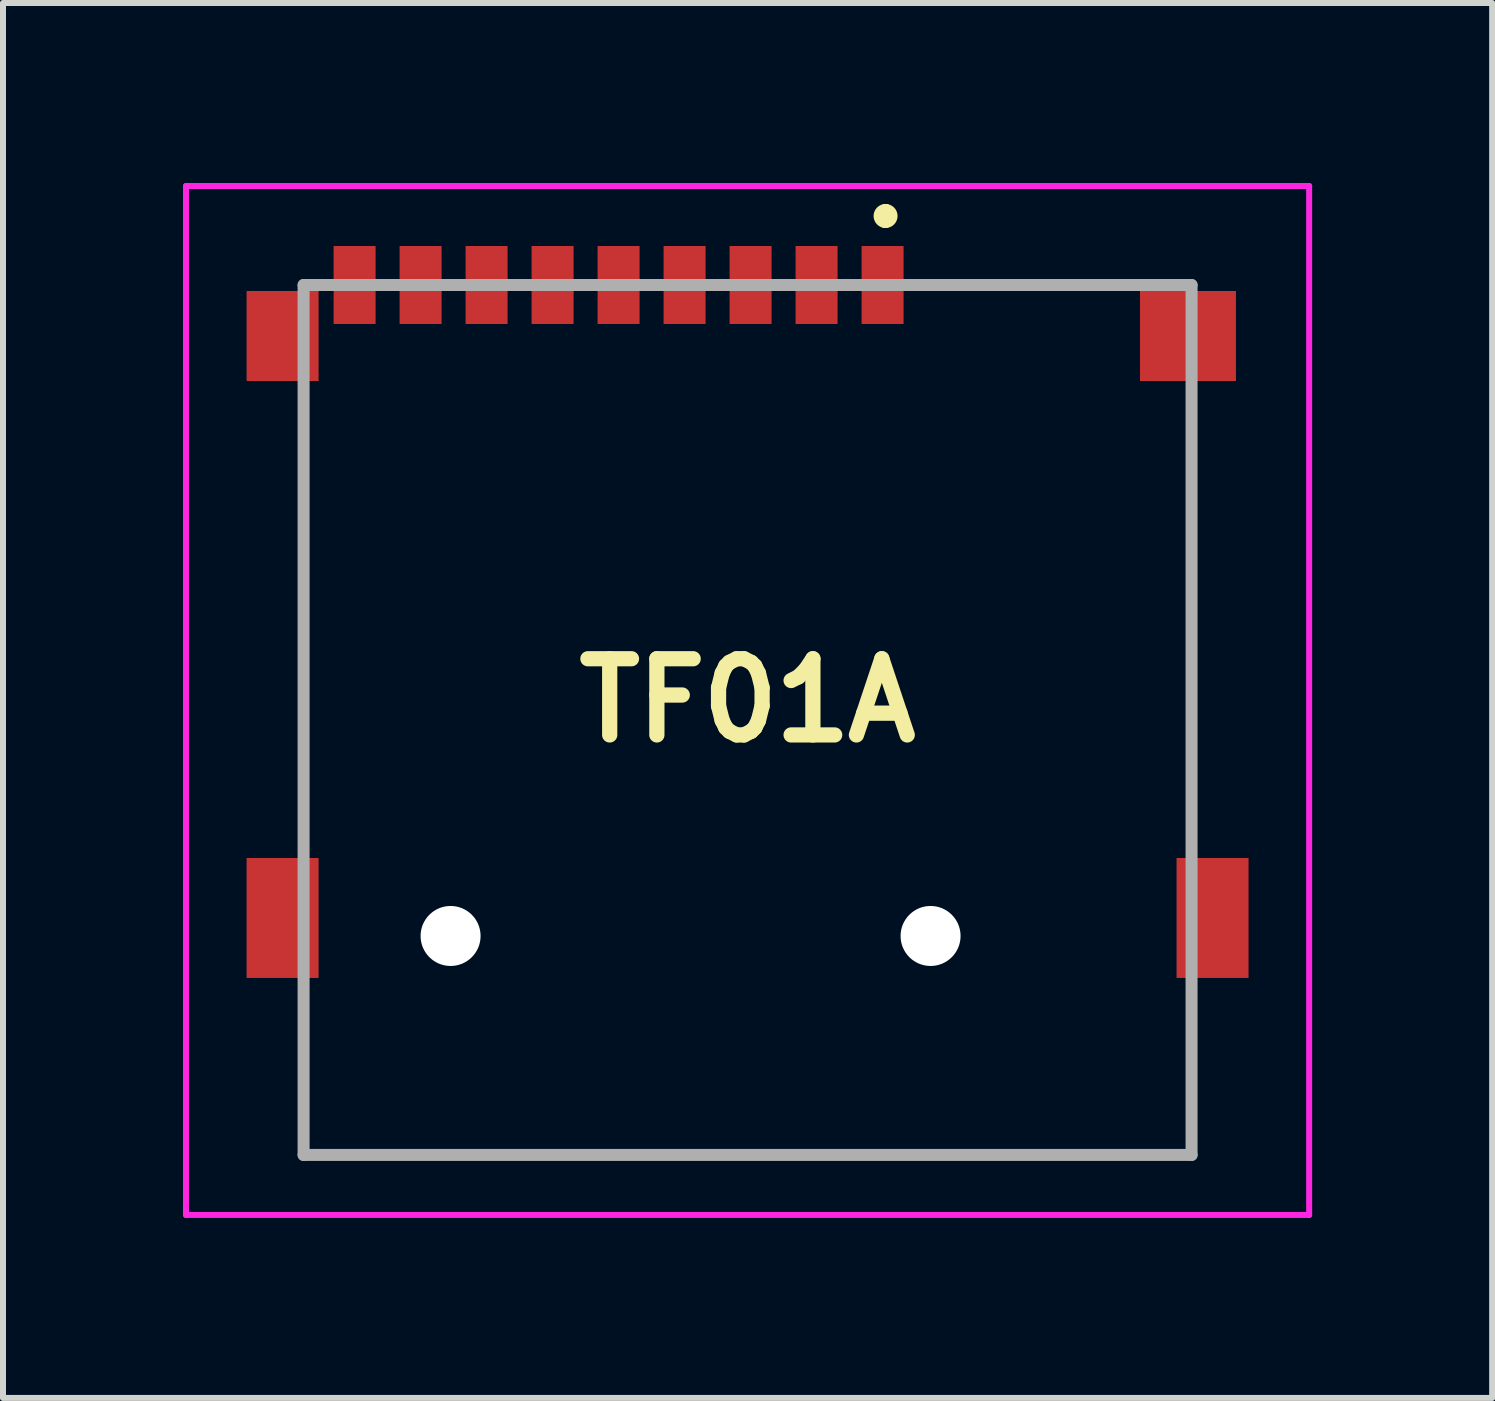
<source format=kicad_pcb>
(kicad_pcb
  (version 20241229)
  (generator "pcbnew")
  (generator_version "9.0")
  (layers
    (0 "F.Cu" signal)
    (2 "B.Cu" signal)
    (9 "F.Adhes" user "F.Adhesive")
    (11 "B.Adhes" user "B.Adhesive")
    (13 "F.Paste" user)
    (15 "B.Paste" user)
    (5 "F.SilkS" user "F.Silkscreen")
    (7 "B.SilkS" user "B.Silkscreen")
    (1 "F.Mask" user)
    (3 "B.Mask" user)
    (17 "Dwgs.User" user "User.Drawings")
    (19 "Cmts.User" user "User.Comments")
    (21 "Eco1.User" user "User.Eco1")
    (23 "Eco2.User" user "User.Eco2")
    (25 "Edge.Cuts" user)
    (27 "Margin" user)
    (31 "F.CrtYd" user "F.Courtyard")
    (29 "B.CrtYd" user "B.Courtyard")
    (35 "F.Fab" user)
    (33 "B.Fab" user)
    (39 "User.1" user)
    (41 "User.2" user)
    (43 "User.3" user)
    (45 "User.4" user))
  (footprint "TF01A"
    (layer "F.Cu")
    (at 9.41 8.95)
    (property "Reference" "TF01A" (at 0 -0.325 0) (layer "F.SilkS") (effects (font (size 1.27 1.27) (thickness 0.254))))
    (attr smd)
    (fp_line (start -7.4 -5) (end -7.4 1.5) (stroke (width 0.1) (type solid)) (layer "F.SilkS"))
    (fp_line (start -7.4 5) (end -7.4 7.25) (stroke (width 0.1) (type solid)) (layer "F.SilkS"))
    (fp_line (start -7.4 7.25) (end 7.4 7.25) (stroke (width 0.1) (type solid)) (layer "F.SilkS"))
    (fp_line (start 2.29 -8.3) (end 2.29 -8.3) (stroke (width 0.2) (type solid)) (layer "F.SilkS"))
    (fp_line (start 2.3 -8.5) (end 2.3 -8.5) (stroke (width 0.2) (type solid)) (layer "F.SilkS"))
    (fp_line (start 3.5 -7.25) (end 6.5 -7.25) (stroke (width 0.1) (type solid)) (layer "F.SilkS"))
    (fp_line (start 7.4 1.5) (end 7.4 -5) (stroke (width 0.1) (type solid)) (layer "F.SilkS"))
    (fp_line (start 7.4 7.25) (end 7.4 5.5) (stroke (width 0.1) (type solid)) (layer "F.SilkS"))
    (fp_arc (start 2.3 -8.5) (mid 2.4 -8.4) (end 2.3 -8.3) (stroke (width 0.2) (type solid)) (layer "F.SilkS"))
    (fp_arc (start 2.3 -8.3) (mid 2.2 -8.4) (end 2.3 -8.5) (stroke (width 0.2) (type solid)) (layer "F.SilkS"))
    (fp_line (start -9.36 -8.9) (end 9.36 -8.9) (stroke (width 0.1) (type solid)) (layer "F.CrtYd"))
    (fp_line (start -9.36 8.25) (end -9.36 -8.9) (stroke (width 0.1) (type solid)) (layer "F.CrtYd"))
    (fp_line (start 9.36 -8.9) (end 9.36 8.25) (stroke (width 0.1) (type solid)) (layer "F.CrtYd"))
    (fp_line (start 9.36 8.25) (end -9.36 8.25) (stroke (width 0.1) (type solid)) (layer "F.CrtYd"))
    (fp_line (start -7.4 -7.25) (end 7.4 -7.25) (stroke (width 0.2) (type solid)) (layer "F.Fab"))
    (fp_line (start -7.4 7.25) (end -7.4 -7.25) (stroke (width 0.2) (type solid)) (layer "F.Fab"))
    (fp_line (start 7.4 -7.25) (end 7.4 7.25) (stroke (width 0.2) (type solid)) (layer "F.Fab"))
    (fp_line (start 7.4 7.25) (end -7.4 7.25) (stroke (width 0.2) (type solid)) (layer "F.Fab"))
    (pad "" np_thru_hole circle (at -4.95 3.6) (size 1 1) (drill 1) (layers "*.Cu" "*.Mask"))
    (pad "" np_thru_hole circle (at 3.05 3.6) (size 1 1) (drill 1) (layers "*.Cu" "*.Mask"))
    (pad "1" smd rect (at 2.25 -7.25) (size 0.7 1.3) (layers "F.Cu" "F.Mask" "F.Paste"))
    (pad "2" smd rect (at 1.15 -7.25) (size 0.7 1.3) (layers "F.Cu" "F.Mask" "F.Paste"))
    (pad "3" smd rect (at 0.05 -7.25) (size 0.7 1.3) (layers "F.Cu" "F.Mask" "F.Paste"))
    (pad "4" smd rect (at -1.05 -7.25) (size 0.7 1.3) (layers "F.Cu" "F.Mask" "F.Paste"))
    (pad "5" smd rect (at -2.15 -7.25) (size 0.7 1.3) (layers "F.Cu" "F.Mask" "F.Paste"))
    (pad "6" smd rect (at -3.25 -7.25) (size 0.7 1.3) (layers "F.Cu" "F.Mask" "F.Paste"))
    (pad "7" smd rect (at -4.35 -7.25) (size 0.7 1.3) (layers "F.Cu" "F.Mask" "F.Paste"))
    (pad "8" smd rect (at -5.45 -7.25) (size 0.7 1.3) (layers "F.Cu" "F.Mask" "F.Paste"))
    (pad "CD1" smd rect (at -6.55 -7.25) (size 0.7 1.3) (layers "F.Cu" "F.Mask" "F.Paste"))
    (pad "MP1" smd rect (at -7.75 -6.4) (size 1.2 1.5) (layers "F.Cu" "F.Mask" "F.Paste"))
    (pad "MP2" smd rect (at -7.75 3.3) (size 1.2 2) (layers "F.Cu" "F.Mask" "F.Paste"))
    (pad "MP3" smd rect (at 7.75 3.3) (size 1.2 2) (layers "F.Cu" "F.Mask" "F.Paste"))
    (pad "MP4" smd rect (at 7.34 -6.4) (size 1.6 1.5) (layers "F.Cu" "F.Mask" "F.Paste")))
  (gr_rect
    (start -3 -3)
    (end 21.82 20.25)
    (stroke (width 0.1) (type default))
    (fill no)
    (layer "Edge.Cuts")))
</source>
